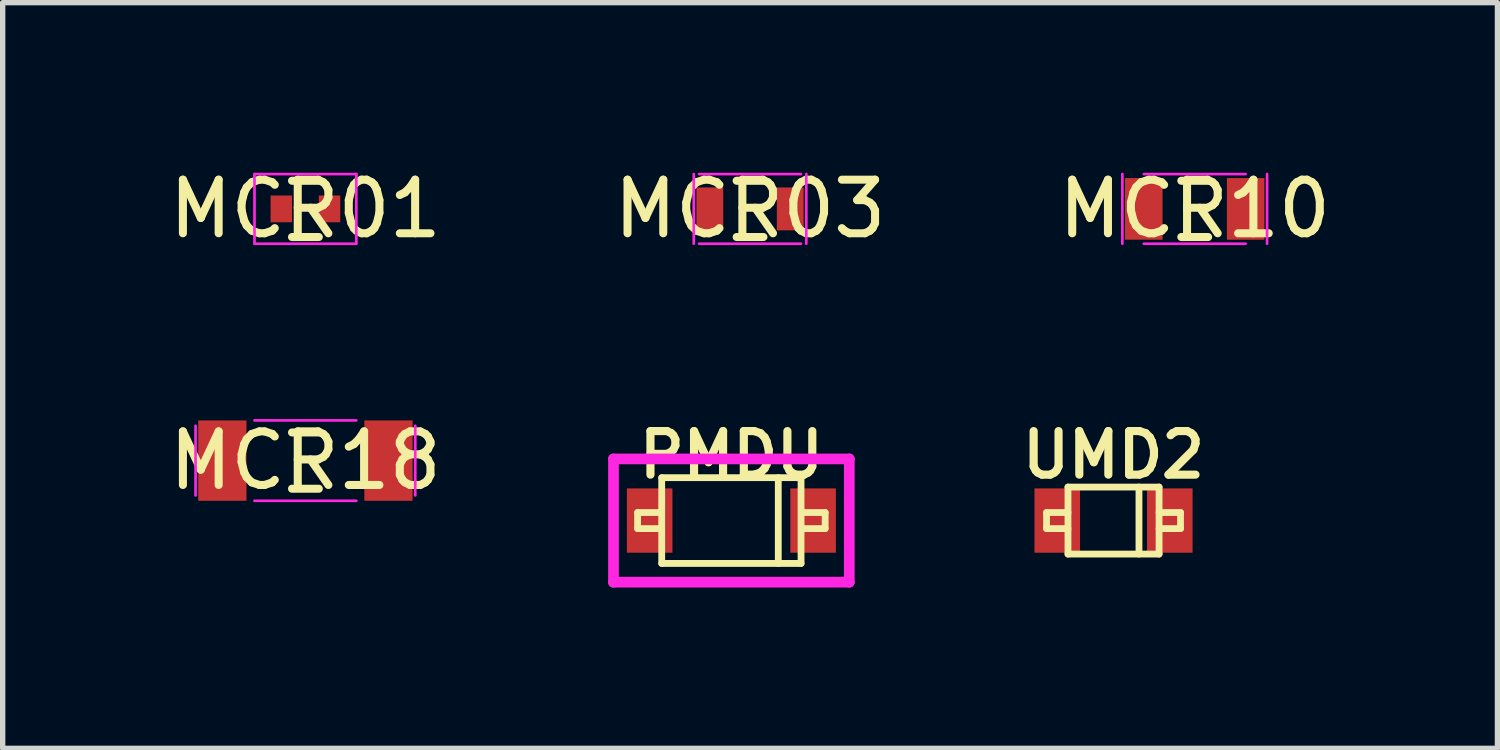
<source format=kicad_pcb>
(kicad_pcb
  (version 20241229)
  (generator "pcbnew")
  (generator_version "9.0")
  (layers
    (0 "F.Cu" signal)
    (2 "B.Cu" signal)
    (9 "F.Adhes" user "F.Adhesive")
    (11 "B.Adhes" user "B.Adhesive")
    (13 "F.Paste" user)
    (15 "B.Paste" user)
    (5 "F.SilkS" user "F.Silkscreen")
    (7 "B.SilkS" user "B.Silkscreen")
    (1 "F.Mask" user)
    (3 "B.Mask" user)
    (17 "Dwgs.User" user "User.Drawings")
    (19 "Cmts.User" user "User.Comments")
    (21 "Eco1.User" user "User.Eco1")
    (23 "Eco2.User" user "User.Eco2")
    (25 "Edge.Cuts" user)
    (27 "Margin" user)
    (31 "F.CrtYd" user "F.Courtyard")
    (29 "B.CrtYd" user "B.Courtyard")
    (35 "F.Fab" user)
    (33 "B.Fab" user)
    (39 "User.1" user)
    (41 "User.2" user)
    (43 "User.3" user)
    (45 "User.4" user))
  (footprint "UMD2"
    (layer "F.Cu")
    (at 17.729 6.664)
    (property "Reference" "UMD2" (at 0 -1.225 0) (layer "F.SilkS") (effects (font (size 0.813 0.813) (thickness 0.152))))
    (attr smd)
    (fp_line (start -1.25 -0.15) (end -1.25 0.15) (stroke (width 0.127) (type solid)) (layer "F.SilkS"))
    (fp_line (start -0.85 -0.625) (end 0.85 -0.625) (stroke (width 0.127) (type solid)) (layer "F.SilkS"))
    (fp_line (start -0.85 -0.15) (end -1.25 -0.15) (stroke (width 0.127) (type solid)) (layer "F.SilkS"))
    (fp_line (start -0.85 0.15) (end -1.25 0.15) (stroke (width 0.127) (type solid)) (layer "F.SilkS"))
    (fp_line (start -0.85 0.625) (end -0.85 -0.625) (stroke (width 0.127) (type solid)) (layer "F.SilkS"))
    (fp_line (start 0.475 -0.625) (end 0.475 0.625) (stroke (width 0.127) (type solid)) (layer "F.SilkS"))
    (fp_line (start 0.85 -0.625) (end 0.85 0.625) (stroke (width 0.127) (type solid)) (layer "F.SilkS"))
    (fp_line (start 0.85 0.15) (end 1.25 0.15) (stroke (width 0.127) (type solid)) (layer "F.SilkS"))
    (fp_line (start 0.85 0.625) (end -0.85 0.625) (stroke (width 0.127) (type solid)) (layer "F.SilkS"))
    (fp_line (start 1.25 -0.15) (end 0.85 -0.15) (stroke (width 0.127) (type solid)) (layer "F.SilkS"))
    (fp_line (start 1.25 0.15) (end 1.25 -0.15) (stroke (width 0.127) (type solid)) (layer "F.SilkS"))
    (pad "1" smd rect (at -1.05 0 90) (size 1.2 0.85) (layers "F.Cu" "F.Mask" "F.Paste"))
    (pad "2" smd rect (at 1.05 0 90) (size 1.2 0.85) (layers "F.Cu" "F.Mask" "F.Paste")))
  (footprint "PMDU"
    (layer "F.Cu")
    (at 10.598 6.664)
    (property "Reference" "PMDU" (at 0 -1.225 0) (layer "F.SilkS") (effects (font (size 0.813 0.813) (thickness 0.152))))
    (attr smd)
    (fp_line (start -1.75 -0.15) (end -1.75 0.15) (stroke (width 0.127) (type solid)) (layer "F.SilkS"))
    (fp_line (start -1.35 -0.15) (end -1.75 -0.15) (stroke (width 0.127) (type solid)) (layer "F.SilkS"))
    (fp_line (start -1.35 0.15) (end -1.75 0.15) (stroke (width 0.127) (type solid)) (layer "F.SilkS"))
    (fp_line (start -1.3 -0.8) (end 1.3 -0.8) (stroke (width 0.127) (type solid)) (layer "F.SilkS"))
    (fp_line (start -1.3 0.8) (end -1.3 -0.8) (stroke (width 0.127) (type solid)) (layer "F.SilkS"))
    (fp_line (start 0.875 -0.8) (end 0.875 0.8) (stroke (width 0.127) (type solid)) (layer "F.SilkS"))
    (fp_line (start 1.3 -0.8) (end 1.3 0.8) (stroke (width 0.127) (type solid)) (layer "F.SilkS"))
    (fp_line (start 1.3 0.8) (end -1.3 0.8) (stroke (width 0.127) (type solid)) (layer "F.SilkS"))
    (fp_line (start 1.35 0.15) (end 1.75 0.15) (stroke (width 0.127) (type solid)) (layer "F.SilkS"))
    (fp_line (start 1.75 -0.15) (end 1.35 -0.15) (stroke (width 0.127) (type solid)) (layer "F.SilkS"))
    (fp_line (start 1.75 0.15) (end 1.75 -0.15) (stroke (width 0.127) (type solid)) (layer "F.SilkS"))
    (fp_line (start -2.2 -1.15) (end -2.2 1.15) (stroke (width 0.2) (type solid)) (layer "F.CrtYd"))
    (fp_line (start -2.2 -1.15) (end 2.2 -1.15) (stroke (width 0.2) (type solid)) (layer "F.CrtYd"))
    (fp_line (start 2.2 -1.15) (end 2.2 1.15) (stroke (width 0.2) (type solid)) (layer "F.CrtYd"))
    (fp_line (start 2.2 1.15) (end -2.2 1.15) (stroke (width 0.2) (type solid)) (layer "F.CrtYd"))
    (pad "1" smd rect (at -1.525 0 90) (size 1.2 0.85) (layers "F.Cu" "F.Mask" "F.Paste"))
    (pad "2" smd rect (at 1.525 0 90) (size 1.2 0.85) (layers "F.Cu" "F.Mask" "F.Paste")))
  (footprint "MCR03"
    (layer "F.Cu")
    (at 10.946 0.848)
    (property "Reference" "MCR03" (at 0 0 0) (layer "F.SilkS") (effects (font (size 1 1) (thickness 0.15))))
    (attr smd)
    (fp_line (start -0.25 0.525) (end 0.25 0.525) (stroke (width 0.15) (type solid)) (layer "F.SilkS"))
    (fp_line (start 0.25 -0.525) (end -0.25 -0.525) (stroke (width 0.15) (type solid)) (layer "F.SilkS"))
    (fp_line (start -1.05 -0.65) (end -1.05 0.65) (stroke (width 0.05) (type solid)) (layer "F.CrtYd"))
    (fp_line (start -0.95 -0.65) (end 0.95 -0.65) (stroke (width 0.05) (type solid)) (layer "F.CrtYd"))
    (fp_line (start -0.95 0.65) (end 0.95 0.65) (stroke (width 0.05) (type solid)) (layer "F.CrtYd"))
    (fp_line (start 1.05 -0.65) (end 1.05 0.65) (stroke (width 0.05) (type solid)) (layer "F.CrtYd"))
    (pad "1" smd rect (at -0.75 0) (size 0.5 0.8) (layers "F.Cu" "F.Mask" "F.Paste"))
    (pad "2" smd rect (at 0.75 0) (size 0.5 0.8) (layers "F.Cu" "F.Mask" "F.Paste")))
  (footprint "MCR10"
    (layer "F.Cu")
    (at 19.244 0.848)
    (property "Reference" "MCR10" (at 0 0 0) (layer "F.SilkS") (effects (font (size 1 1) (thickness 0.15))))
    (attr smd)
    (fp_line (start -0.25 0.525) (end 0.25 0.525) (stroke (width 0.15) (type solid)) (layer "F.SilkS"))
    (fp_line (start 0.25 -0.525) (end -0.25 -0.525) (stroke (width 0.15) (type solid)) (layer "F.SilkS"))
    (fp_line (start -1.35 -0.65) (end -1.35 0.65) (stroke (width 0.05) (type solid)) (layer "F.CrtYd"))
    (fp_line (start -0.95 -0.65) (end 0.95 -0.65) (stroke (width 0.05) (type solid)) (layer "F.CrtYd"))
    (fp_line (start -0.95 0.65) (end 0.95 0.65) (stroke (width 0.05) (type solid)) (layer "F.CrtYd"))
    (fp_line (start 1.35 -0.65) (end 1.35 0.65) (stroke (width 0.05) (type solid)) (layer "F.CrtYd"))
    (pad "1" smd rect (at -0.95 0) (size 0.7 1.15) (layers "F.Cu" "F.Mask" "F.Paste"))
    (pad "2" smd rect (at 0.95 0) (size 0.7 1.15) (layers "F.Cu" "F.Mask" "F.Paste")))
  (footprint "MCR18"
    (layer "F.Cu")
    (at 2.649 5.545)
    (property "Reference" "MCR18" (at 0 0 0) (layer "F.SilkS") (effects (font (size 1 1) (thickness 0.15))))
    (attr smd)
    (fp_line (start -0.25 0.525) (end 0.25 0.525) (stroke (width 0.15) (type solid)) (layer "F.SilkS"))
    (fp_line (start 0.25 -0.525) (end -0.25 -0.525) (stroke (width 0.15) (type solid)) (layer "F.SilkS"))
    (fp_line (start -2.05 -0.65) (end -2.05 0.65) (stroke (width 0.05) (type solid)) (layer "F.CrtYd"))
    (fp_line (start -0.95 -0.75) (end 0.95 -0.75) (stroke (width 0.05) (type solid)) (layer "F.CrtYd"))
    (fp_line (start -0.95 0.75) (end 0.95 0.75) (stroke (width 0.05) (type solid)) (layer "F.CrtYd"))
    (fp_line (start 2.05 -0.65) (end 2.05 0.65) (stroke (width 0.05) (type solid)) (layer "F.CrtYd"))
    (pad "1" smd rect (at -1.55 0) (size 0.9 1.5) (layers "F.Cu" "F.Mask" "F.Paste"))
    (pad "2" smd rect (at 1.55 0) (size 0.9 1.5) (layers "F.Cu" "F.Mask" "F.Paste")))
  (footprint "MCR01"
    (layer "F.Cu")
    (at 2.649 0.848)
    (property "Reference" "MCR01" (at 0 0 0) (layer "F.SilkS") (effects (font (size 1 1) (thickness 0.15))))
    (attr smd)
    (fp_line (start -0.25 0.525) (end 0.25 0.525) (stroke (width 0.15) (type solid)) (layer "F.SilkS"))
    (fp_line (start 0.25 -0.525) (end -0.25 -0.525) (stroke (width 0.15) (type solid)) (layer "F.SilkS"))
    (fp_line (start -0.95 -0.65) (end -0.95 0.65) (stroke (width 0.05) (type solid)) (layer "F.CrtYd"))
    (fp_line (start -0.95 -0.65) (end 0.95 -0.65) (stroke (width 0.05) (type solid)) (layer "F.CrtYd"))
    (fp_line (start -0.95 0.65) (end 0.95 0.65) (stroke (width 0.05) (type solid)) (layer "F.CrtYd"))
    (fp_line (start 0.95 -0.65) (end 0.95 0.65) (stroke (width 0.05) (type solid)) (layer "F.CrtYd"))
    (pad "1" smd rect (at -0.45 0) (size 0.4 0.5) (layers "F.Cu" "F.Mask" "F.Paste"))
    (pad "2" smd rect (at 0.45 0) (size 0.4 0.5) (layers "F.Cu" "F.Mask" "F.Paste")))
  (gr_rect
    (start -3 -3)
    (end 24.893 10.914)
    (stroke (width 0.1) (type default))
    (fill no)
    (layer "Edge.Cuts")))
</source>
